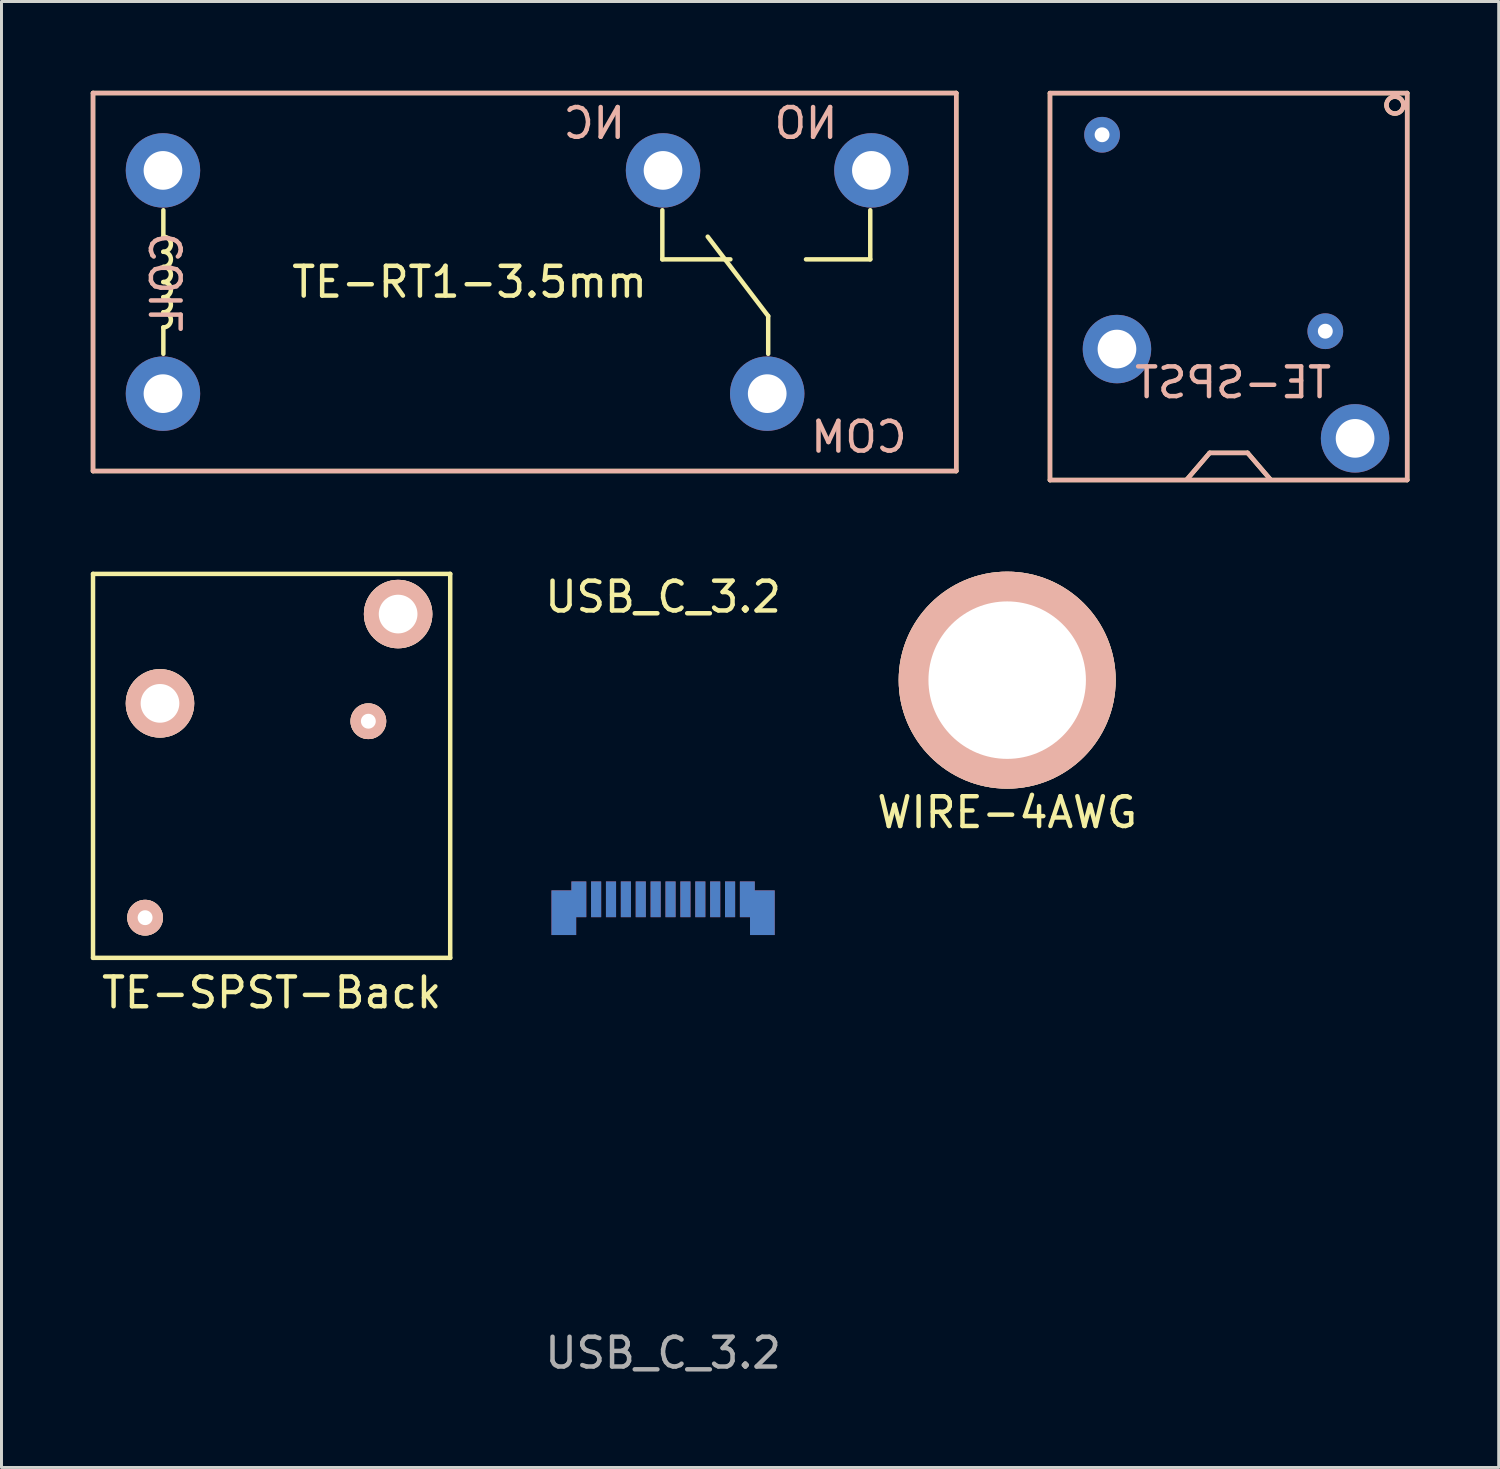
<source format=kicad_pcb>
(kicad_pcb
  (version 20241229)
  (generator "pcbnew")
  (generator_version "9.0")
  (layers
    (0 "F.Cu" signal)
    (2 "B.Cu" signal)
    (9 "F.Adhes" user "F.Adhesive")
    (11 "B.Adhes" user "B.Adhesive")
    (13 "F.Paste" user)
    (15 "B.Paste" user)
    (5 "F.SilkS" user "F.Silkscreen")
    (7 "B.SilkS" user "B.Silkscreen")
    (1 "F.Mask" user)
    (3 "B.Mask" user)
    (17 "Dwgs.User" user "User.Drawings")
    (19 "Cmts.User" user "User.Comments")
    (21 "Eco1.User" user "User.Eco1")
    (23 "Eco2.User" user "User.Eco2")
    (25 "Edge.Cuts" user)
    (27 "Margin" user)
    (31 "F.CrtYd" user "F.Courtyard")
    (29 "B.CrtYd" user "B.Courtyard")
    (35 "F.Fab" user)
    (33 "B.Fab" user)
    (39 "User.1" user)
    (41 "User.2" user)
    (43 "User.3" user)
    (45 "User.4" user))
  (footprint "TE-RT1-3.5mm"
    (layer "F.Cu")
    (at 12.725 6.425)
    (property "Reference" "TE-RT1-3.5mm" (at 0 0 0) (layer "F.SilkS") (effects (font (size 1 1) (thickness 0.15))))
    (attr through_hole)
    (fp_line (start -12.65 -6.35) (end -12.65 6.35) (stroke (width 0.15) (type solid)) (layer "F.SilkS"))
    (fp_line (start -12.65 -6.35) (end 16.35 -6.35) (stroke (width 0.15) (type solid)) (layer "F.SilkS"))
    (fp_line (start -10.287 -1.524) (end -10.287 -2.413) (stroke (width 0.15) (type solid)) (layer "F.SilkS"))
    (fp_line (start -10.287 1.524) (end -10.287 2.413) (stroke (width 0.15) (type solid)) (layer "F.SilkS"))
    (fp_line (start 6.477 -2.413) (end 6.477 -0.762) (stroke (width 0.15) (type solid)) (layer "F.SilkS"))
    (fp_line (start 6.477 -0.762) (end 8.763 -0.762) (stroke (width 0.15) (type solid)) (layer "F.SilkS"))
    (fp_line (start 10.033 1.143) (end 8.001 -1.524) (stroke (width 0.15) (type solid)) (layer "F.SilkS"))
    (fp_line (start 10.033 2.413) (end 10.033 1.143) (stroke (width 0.15) (type solid)) (layer "F.SilkS"))
    (fp_line (start 13.462 -2.413) (end 13.462 -0.762) (stroke (width 0.15) (type solid)) (layer "F.SilkS"))
    (fp_line (start 13.462 -0.762) (end 11.303 -0.762) (stroke (width 0.15) (type solid)) (layer "F.SilkS"))
    (fp_line (start 16.35 -6.35) (end 16.35 6.35) (stroke (width 0.15) (type solid)) (layer "F.SilkS"))
    (fp_line (start 16.35 6.35) (end -12.65 6.35) (stroke (width 0.15) (type solid)) (layer "F.SilkS"))
    (fp_arc (start -10.287 -1.524) (mid -10.033 -1.27) (end -10.287 -1.016) (stroke (width 0.15) (type solid)) (layer "F.SilkS"))
    (fp_arc (start -10.287 -1.016) (mid -10.033 -0.762) (end -10.287 -0.508) (stroke (width 0.15) (type solid)) (layer "F.SilkS"))
    (fp_arc (start -10.287 -0.508) (mid -10.033 -0.254) (end -10.287 0) (stroke (width 0.15) (type solid)) (layer "F.SilkS"))
    (fp_arc (start -10.287 0) (mid -10.033 0.254) (end -10.287 0.508) (stroke (width 0.15) (type solid)) (layer "F.SilkS"))
    (fp_arc (start -10.287 0.508) (mid -10.033 0.762) (end -10.287 1.016) (stroke (width 0.15) (type solid)) (layer "F.SilkS"))
    (fp_arc (start -10.287 1.016) (mid -10.033 1.27) (end -10.287 1.524) (stroke (width 0.15) (type solid)) (layer "F.SilkS"))
    (fp_line (start -12.65 6.35) (end -12.65 -6.35) (stroke (width 0.15) (type solid)) (layer "B.SilkS"))
    (fp_line (start -12.65 6.35) (end 16.35 6.35) (stroke (width 0.15) (type solid)) (layer "B.SilkS"))
    (fp_line (start 16.35 -6.35) (end -12.65 -6.35) (stroke (width 0.15) (type solid)) (layer "B.SilkS"))
    (fp_line (start 16.35 6.35) (end 16.35 -6.35) (stroke (width 0.15) (type solid)) (layer "B.SilkS"))
    (fp_text user "NC" (at 4.191 -5.334 0) (layer "B.SilkS") (effects (font (size 1 1) (thickness 0.15)) (justify mirror)))
    (fp_text user "COIL" (at -10.16 0 90) (layer "B.SilkS") (effects (font (size 1 1) (thickness 0.15)) (justify mirror)))
    (fp_text user "NO" (at 11.303 -5.334 0) (layer "B.SilkS") (effects (font (size 1 1) (thickness 0.15)) (justify mirror)))
    (fp_text user "COM" (at 13.081 5.207 180) (layer "B.SilkS") (effects (font (size 1 1) (thickness 0.15)) (justify mirror)))
    (pad "11" thru_hole circle (at 10 3.75) (size 2.5 2.5) (drill 1.3) (layers "*.Cu" "*.Mask"))
    (pad "12" thru_hole circle (at 6.5 -3.75) (size 2.5 2.5) (drill 1.3) (layers "*.Cu" "*.Mask"))
    (pad "14" thru_hole circle (at 13.5 -3.75) (size 2.5 2.5) (drill 1.3) (layers "*.Cu" "*.Mask"))
    (pad "A1" thru_hole circle (at -10.3 -3.75) (size 2.5 2.5) (drill 1.3) (layers "*.Cu" "*.Mask"))
    (pad "A2" thru_hole circle (at -10.3 3.75) (size 2.5 2.5) (drill 1.3) (layers "*.Cu" "*.Mask")))
  (footprint "TE-SPST"
    (layer "F.Cu")
    (at 38.225 6.577)
    (property "Reference" "TE-SPST" (at 0.152 3.226 0) (layer "B.SilkS") (effects (font (size 1 1) (thickness 0.15)) (justify mirror)))
    (attr through_hole)
    (fp_line (start -6 -6.5) (end 6 -6.5) (stroke (width 0.15) (type solid)) (layer "F.SilkS"))
    (fp_line (start -6 -6.498) (end -6 6.502) (stroke (width 0.15) (type solid)) (layer "F.SilkS"))
    (fp_line (start -6 6.5) (end 6 6.5) (stroke (width 0.15) (type solid)) (layer "F.SilkS"))
    (fp_line (start -1.397 6.477) (end -0.635 5.588) (stroke (width 0.15) (type solid)) (layer "F.SilkS"))
    (fp_line (start -0.635 5.588) (end 0.635 5.588) (stroke (width 0.15) (type solid)) (layer "F.SilkS"))
    (fp_line (start 0.64 5.588) (end 1.402 6.477) (stroke (width 0.15) (type solid)) (layer "F.SilkS"))
    (fp_line (start 6 -6.502) (end 6 6.498) (stroke (width 0.15) (type solid)) (layer "F.SilkS"))
    (fp_circle (center 5.588 -6.096) (end 5.715 -5.842) (stroke (width 0.15) (type solid)) (fill no) (layer "F.SilkS"))
    (fp_line (start -6 -6.5) (end 6 -6.5) (stroke (width 0.15) (type solid)) (layer "B.SilkS"))
    (fp_line (start -6 6.5) (end -6 -6.5) (stroke (width 0.15) (type solid)) (layer "B.SilkS"))
    (fp_line (start -6 6.5) (end 6 6.5) (stroke (width 0.15) (type solid)) (layer "B.SilkS"))
    (fp_line (start -0.635 5.588) (end -1.397 6.477) (stroke (width 0.15) (type solid)) (layer "B.SilkS"))
    (fp_line (start 0.635 5.588) (end -0.635 5.588) (stroke (width 0.15) (type solid)) (layer "B.SilkS"))
    (fp_line (start 1.402 6.477) (end 0.64 5.588) (stroke (width 0.15) (type solid)) (layer "B.SilkS"))
    (fp_line (start 6 6.5) (end 6 -6.5) (stroke (width 0.15) (type solid)) (layer "B.SilkS"))
    (fp_circle (center 5.588 -6.096) (end 5.715 -6.35) (stroke (width 0.15) (type solid)) (fill no) (layer "B.SilkS"))
    (pad "1" thru_hole circle (at 3.25 1.5) (size 1.2 1.2) (drill 0.5) (layers "*.Cu" "*.Mask"))
    (pad "2" thru_hole circle (at -4.25 -5.1) (size 1.2 1.2) (drill 0.5) (layers "*.Cu" "*.Mask"))
    (pad "4" thru_hole circle (at 4.25 5.1) (size 2.3 2.3) (drill 1.3) (layers "*.Cu" "*.Mask"))
    (pad "5" thru_hole circle (at -3.75 2.1) (size 2.3 2.3) (drill 1.3) (layers "*.Cu" "*.Mask")))
  (footprint "WIRE-4AWG"
    (layer "F.Cu")
    (at 30.787 19.8)
    (property "Reference" "WIRE-4AWG" (at 0 4.445 0) (layer "F.SilkS") (effects (font (size 1 1) (thickness 0.15))))
    (attr through_hole)
    (pad "1" thru_hole circle (at 0 0) (size 7.29 7.29) (drill 5.29) (layers "*.Cu" "*.SilkS" "*.Mask")))
  (footprint "USB_C_3.2"
    (layer "F.Cu")
    (at 19.227 27.163)
    (property "Reference" "USB_C_3.2" (at 0 -10.16 0) (unlocked yes) (layer "F.SilkS") (effects (font (size 1 1) (thickness 0.15))))
    (attr smd)
    (fp_text user "${REFERENCE}" (at 0 15.24 0) (unlocked yes) (layer "F.Fab") (effects (font (size 1 1) (thickness 0.15))))
    (pad "A1" smd custom (at -2.75 0) (size 0.001 0.001) (layers "F.Cu" "F.Mask" "F.Paste") (options (anchor rect)) (primitives (gr_poly (pts (xy 0.17 -0.6) (xy 0.17 0.6) (xy -0.17 0.6) (xy -0.17 1.2) (xy -1 1.2) (xy -1 -0.3) (xy -0.33 -0.3) (xy -0.33 -0.6)) (width 0) (fill yes))))
    (pad "A2" smd rect (at -2.25 0) (size 0.34 1.2) (layers "F.Cu" "F.Mask" "F.Paste"))
    (pad "A3" smd rect (at -1.75 0) (size 0.34 1.2) (layers "F.Cu" "F.Mask" "F.Paste"))
    (pad "A4" smd rect (at -1.25 0) (size 0.34 1.2) (layers "F.Cu" "F.Mask" "F.Paste"))
    (pad "A5" smd rect (at -0.75 0) (size 0.34 1.2) (layers "F.Cu" "F.Mask" "F.Paste"))
    (pad "A6" smd rect (at -0.25 0) (size 0.34 1.2) (layers "F.Cu" "F.Mask" "F.Paste"))
    (pad "A7" smd rect (at 0.25 0) (size 0.34 1.2) (layers "F.Cu" "F.Mask" "F.Paste"))
    (pad "A8" smd rect (at 0.75 0) (size 0.34 1.2) (layers "F.Cu" "F.Mask" "F.Paste"))
    (pad "A9" smd rect (at 1.25 0) (size 0.34 1.2) (layers "F.Cu" "F.Mask" "F.Paste"))
    (pad "A10" smd rect (at 1.75 0) (size 0.34 1.2) (layers "F.Cu" "F.Mask" "F.Paste"))
    (pad "A11" smd rect (at 2.25 0) (size 0.34 1.2) (layers "F.Cu" "F.Mask" "F.Paste"))
    (pad "A12" smd custom (at 2.75 0) (size 0.001 0.001) (layers "F.Cu" "F.Mask" "F.Paste") (options (anchor rect)) (primitives (gr_poly (pts (xy -0.17 -0.6) (xy -0.17 0.6) (xy 0.17 0.6) (xy 0.17 1.2) (xy 1 1.2) (xy 1 -0.3) (xy 0.33 -0.3) (xy 0.33 -0.6)) (width 0) (fill yes))))
    (pad "B1" smd custom (at 2.75 0) (size 0.001 0.001) (layers "B.Cu" "B.Mask" "B.Paste") (options (anchor rect)) (primitives (gr_poly (pts (xy -0.17 -0.6) (xy -0.17 0.6) (xy 0.17 0.6) (xy 0.17 1.2) (xy 1 1.2) (xy 1 -0.3) (xy 0.33 -0.3) (xy 0.33 -0.6)) (width 0) (fill yes))))
    (pad "B2" smd rect (at 2.25 0) (size 0.34 1.2) (layers "B.Cu" "B.Mask" "B.Paste"))
    (pad "B3" smd rect (at 1.75 0) (size 0.34 1.2) (layers "B.Cu" "B.Mask" "B.Paste"))
    (pad "B4" smd rect (at 1.25 0) (size 0.34 1.2) (layers "B.Cu" "B.Mask" "B.Paste"))
    (pad "B5" smd rect (at 0.75 0) (size 0.34 1.2) (layers "B.Cu" "B.Mask" "B.Paste"))
    (pad "B6" smd rect (at 0.25 0) (size 0.34 1.2) (layers "B.Cu" "B.Mask" "B.Paste"))
    (pad "B7" smd rect (at -0.25 0) (size 0.34 1.2) (layers "B.Cu" "B.Mask" "B.Paste"))
    (pad "B8" smd rect (at -0.75 0) (size 0.34 1.2) (layers "B.Cu" "B.Mask" "B.Paste"))
    (pad "B9" smd rect (at -1.25 0) (size 0.34 1.2) (layers "B.Cu" "B.Mask" "B.Paste"))
    (pad "B10" smd rect (at -1.75 0) (size 0.34 1.2) (layers "B.Cu" "B.Mask" "B.Paste"))
    (pad "B11" smd rect (at -2.25 0) (size 0.34 1.2) (layers "B.Cu" "B.Mask" "B.Paste"))
    (pad "B12" smd custom (at -2.75 0) (size 0.001 0.001) (layers "B.Cu" "B.Mask" "B.Paste") (options (anchor rect)) (primitives (gr_poly (pts (xy 0.17 -0.6) (xy 0.17 0.6) (xy -0.17 0.6) (xy -0.17 1.2) (xy -1 1.2) (xy -1 -0.3) (xy -0.33 -0.3) (xy -0.33 -0.6)) (width 0) (fill yes)))))
  (footprint "TE-SPST-Back"
    (layer "F.Cu")
    (at 6.075 22.68)
    (property "Reference" "TE-SPST-Back" (at 0 7.62 0) (layer "F.SilkS") (effects (font (size 1 1) (thickness 0.15))))
    (attr through_hole)
    (fp_line (start -6 -6.45) (end -6 6.45) (stroke (width 0.15) (type solid)) (layer "F.SilkS"))
    (fp_line (start -6 -6.45) (end 6 -6.45) (stroke (width 0.15) (type solid)) (layer "F.SilkS"))
    (fp_line (start -6 6.45) (end 6 6.45) (stroke (width 0.15) (type solid)) (layer "F.SilkS"))
    (fp_line (start 6 -6.45) (end 6 6.45) (stroke (width 0.15) (type solid)) (layer "F.SilkS"))
    (pad "1" thru_hole circle (at 3.25 -1.5) (size 1.2 1.2) (drill 0.5) (layers "*.Cu" "*.SilkS" "*.Mask"))
    (pad "2" thru_hole circle (at -4.25 5.1) (size 1.2 1.2) (drill 0.5) (layers "*.Cu" "*.SilkS" "*.Mask"))
    (pad "4" thru_hole circle (at 4.25 -5.1) (size 2.3 2.3) (drill 1.3) (layers "*.Cu" "*.SilkS" "*.Mask"))
    (pad "5" thru_hole circle (at -3.75 -2.1) (size 2.3 2.3) (drill 1.3) (layers "*.Cu" "*.SilkS" "*.Mask")))
  (gr_rect
    (start -3 -3)
    (end 47.3 46.251)
    (stroke (width 0.1) (type default))
    (fill no)
    (layer "Edge.Cuts")))
</source>
